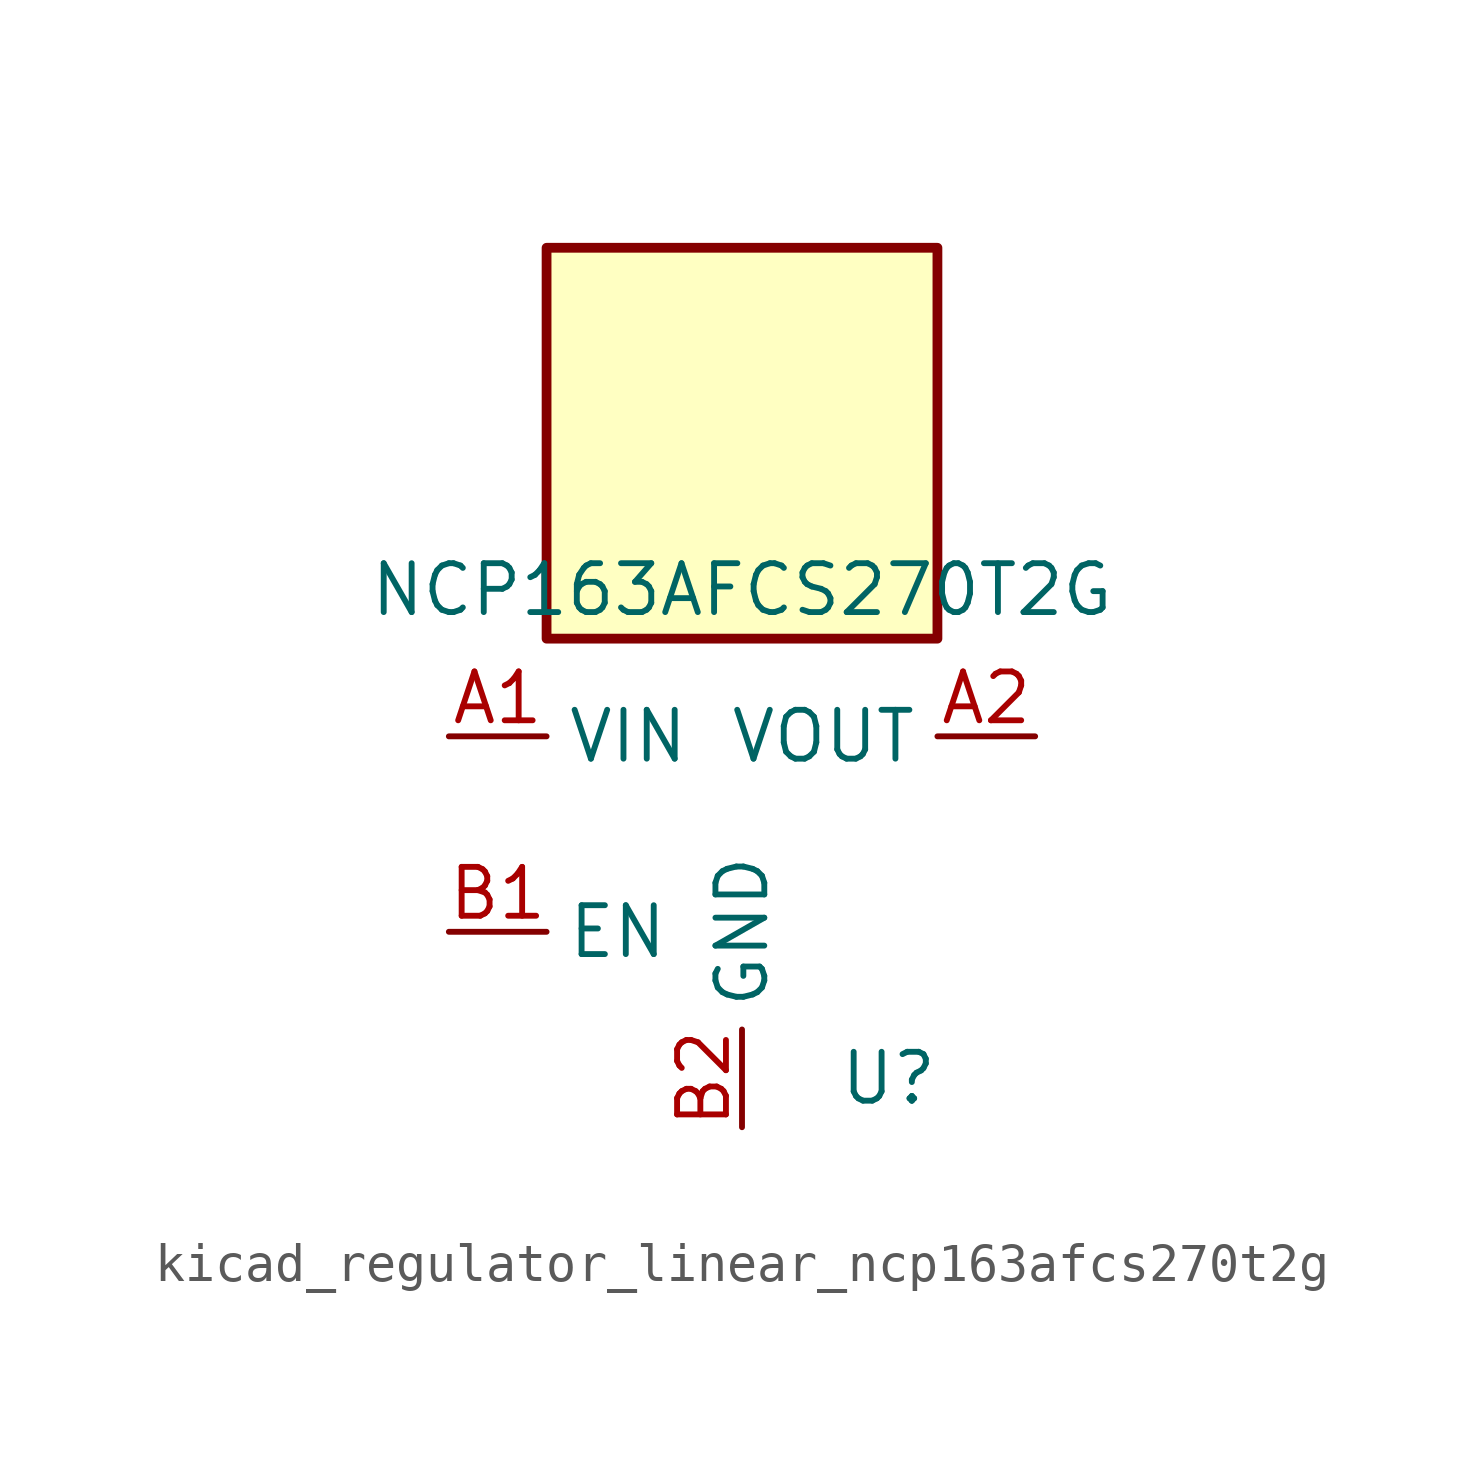
<source format=kicad_sym>
(kicad_symbol_lib
  (version 20220914)
  (generator kicad_symbol_editor)
  (symbol "kicad_regulator_linear_ncp163afcs270t2g"
    (property "Reference" "U"
      (at 3.81 -6.35 0)
      (effects (font (size 1.27 1.27))))
    (property "Value" "NCP163AFCS270T2G"
      (at 0 6.35 0)
      (effects (font (size 1.27 1.27))))
    (symbol "kicad_regulator_linear_ncp163afcs270t2g_0_1"
      (rectangle (start 5.08 15.24) (end -5.08 5.08) (stroke (width 0.254) (type default)) (fill (type background))))
    (symbol "kicad_regulator_linear_ncp163afcs270t2g_1_1"
      (pin power_in line (at -7.62 2.54 0) (length 2.54) (name "VIN" (effects (font (size 1.27 1.27)))) (number "A1" (effects (font (size 1.27 1.27)))))
      (pin power_out line (at 7.62 2.54 180) (length 2.54) (name "VOUT" (effects (font (size 1.27 1.27)))) (number "A2" (effects (font (size 1.27 1.27)))))
      (pin input line (at -7.62 -2.54 0) (length 2.54) (name "EN" (effects (font (size 1.27 1.27)))) (number "B1" (effects (font (size 1.27 1.27)))))
      (pin power_in line (at 0 -7.62 90) (length 2.54) (name "GND" (effects (font (size 1.27 1.27)))) (number "B2" (effects (font (size 1.27 1.27))))))))
</source>
